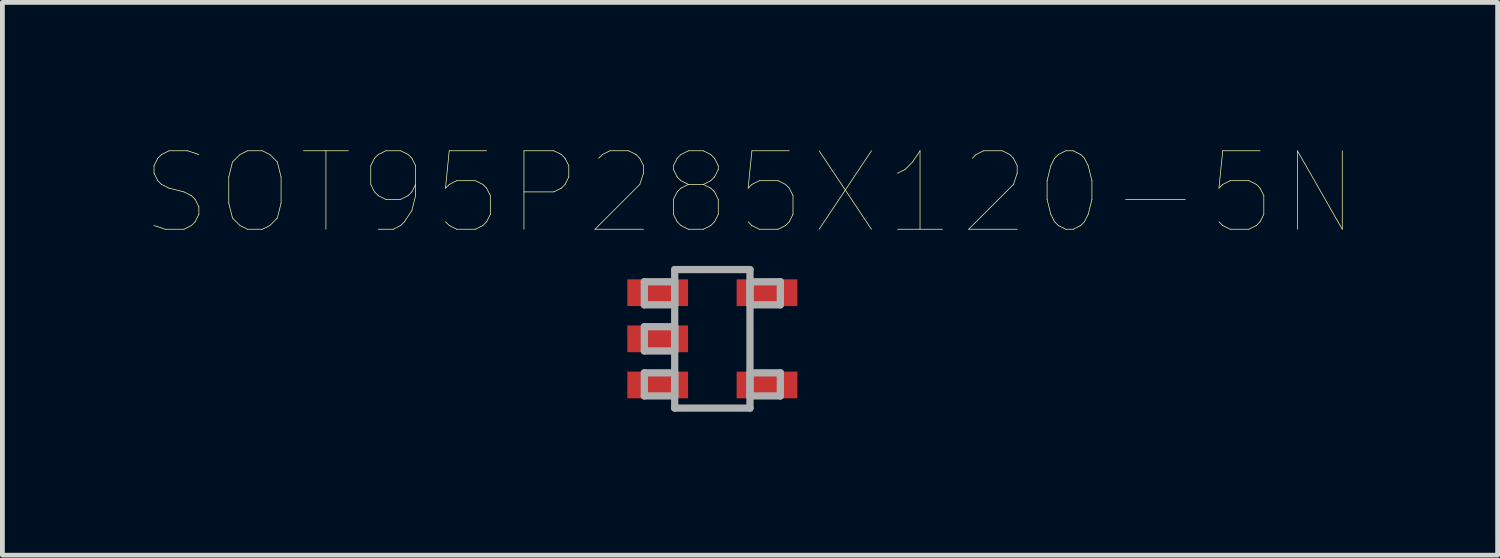
<source format=kicad_pcb>
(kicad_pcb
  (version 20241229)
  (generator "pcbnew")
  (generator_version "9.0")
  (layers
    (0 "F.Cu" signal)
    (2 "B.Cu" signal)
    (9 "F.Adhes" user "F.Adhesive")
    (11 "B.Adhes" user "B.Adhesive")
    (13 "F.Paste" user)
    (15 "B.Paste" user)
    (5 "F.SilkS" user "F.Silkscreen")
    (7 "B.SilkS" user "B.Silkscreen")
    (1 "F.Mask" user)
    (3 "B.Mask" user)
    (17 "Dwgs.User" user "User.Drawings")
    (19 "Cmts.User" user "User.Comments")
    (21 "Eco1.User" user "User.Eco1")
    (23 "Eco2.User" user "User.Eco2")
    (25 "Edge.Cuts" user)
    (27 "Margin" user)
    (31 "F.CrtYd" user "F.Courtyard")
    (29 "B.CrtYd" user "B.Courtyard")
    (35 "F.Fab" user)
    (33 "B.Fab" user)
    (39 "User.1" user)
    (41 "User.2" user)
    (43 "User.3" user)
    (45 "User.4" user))
  (footprint "SOT95P285X120-5N"
    (layer "F.Cu")
    (at 11.847 4.036)
    (property "Reference" "SOT95P285X120-5N" (at 0.788 -3.05 0) (layer "F.SilkS") (effects (font (size 1.641 1.641) (thickness 0.015))))
    (attr through_hole)
    (fp_line (start -1.422 -1.194) (end -1.422 -0.711) (stroke (width 0.152) (type solid)) (layer "F.Fab"))
    (fp_line (start -1.422 -0.711) (end -0.787 -0.711) (stroke (width 0.152) (type solid)) (layer "F.Fab"))
    (fp_line (start -1.422 -0.254) (end -1.422 0.254) (stroke (width 0.152) (type solid)) (layer "F.Fab"))
    (fp_line (start -1.422 0.254) (end -0.787 0.254) (stroke (width 0.152) (type solid)) (layer "F.Fab"))
    (fp_line (start -1.422 0.711) (end -1.422 1.194) (stroke (width 0.152) (type solid)) (layer "F.Fab"))
    (fp_line (start -1.422 1.194) (end -0.787 1.194) (stroke (width 0.152) (type solid)) (layer "F.Fab"))
    (fp_line (start -0.787 -1.448) (end -0.787 1.448) (stroke (width 0.152) (type solid)) (layer "F.Fab"))
    (fp_line (start -0.787 -1.194) (end -1.422 -1.194) (stroke (width 0.152) (type solid)) (layer "F.Fab"))
    (fp_line (start -0.787 -0.711) (end -0.787 -1.194) (stroke (width 0.152) (type solid)) (layer "F.Fab"))
    (fp_line (start -0.787 -0.254) (end -1.422 -0.254) (stroke (width 0.152) (type solid)) (layer "F.Fab"))
    (fp_line (start -0.787 0.254) (end -0.787 -0.254) (stroke (width 0.152) (type solid)) (layer "F.Fab"))
    (fp_line (start -0.787 0.711) (end -1.422 0.711) (stroke (width 0.152) (type solid)) (layer "F.Fab"))
    (fp_line (start -0.787 1.194) (end -0.787 0.711) (stroke (width 0.152) (type solid)) (layer "F.Fab"))
    (fp_line (start -0.787 1.448) (end 0.787 1.448) (stroke (width 0.152) (type solid)) (layer "F.Fab"))
    (fp_line (start 0.787 -1.448) (end -0.787 -1.448) (stroke (width 0.152) (type solid)) (layer "F.Fab"))
    (fp_line (start 0.787 -1.194) (end 0.787 -0.711) (stroke (width 0.152) (type solid)) (layer "F.Fab"))
    (fp_line (start 0.787 -0.711) (end 1.422 -0.711) (stroke (width 0.152) (type solid)) (layer "F.Fab"))
    (fp_line (start 0.787 0.711) (end 0.787 1.194) (stroke (width 0.152) (type solid)) (layer "F.Fab"))
    (fp_line (start 0.787 1.194) (end 1.422 1.194) (stroke (width 0.152) (type solid)) (layer "F.Fab"))
    (fp_line (start 0.787 1.448) (end 0.787 -1.448) (stroke (width 0.152) (type solid)) (layer "F.Fab"))
    (fp_line (start 1.422 -1.194) (end 0.787 -1.194) (stroke (width 0.152) (type solid)) (layer "F.Fab"))
    (fp_line (start 1.422 -0.711) (end 1.422 -1.194) (stroke (width 0.152) (type solid)) (layer "F.Fab"))
    (fp_line (start 1.422 0.711) (end 0.787 0.711) (stroke (width 0.152) (type solid)) (layer "F.Fab"))
    (fp_line (start 1.422 1.194) (end 1.422 0.711) (stroke (width 0.152) (type solid)) (layer "F.Fab"))
    (pad "1" smd rect (at -1.143 -0.965) (size 1.27 0.559) (layers "F.Cu" "F.Mask" "F.Paste"))
    (pad "2" smd rect (at -1.143 0) (size 1.27 0.559) (layers "F.Cu" "F.Mask" "F.Paste"))
    (pad "3" smd rect (at -1.143 0.965) (size 1.27 0.559) (layers "F.Cu" "F.Mask" "F.Paste"))
    (pad "4" smd rect (at 1.143 0.965) (size 1.27 0.559) (layers "F.Cu" "F.Mask" "F.Paste"))
    (pad "5" smd rect (at 1.143 -0.965) (size 1.27 0.559) (layers "F.Cu" "F.Mask" "F.Paste")))
  (gr_rect
    (start -3 -3)
    (end 28.269 8.56)
    (stroke (width 0.1) (type default))
    (fill no)
    (layer "Edge.Cuts")))
</source>
